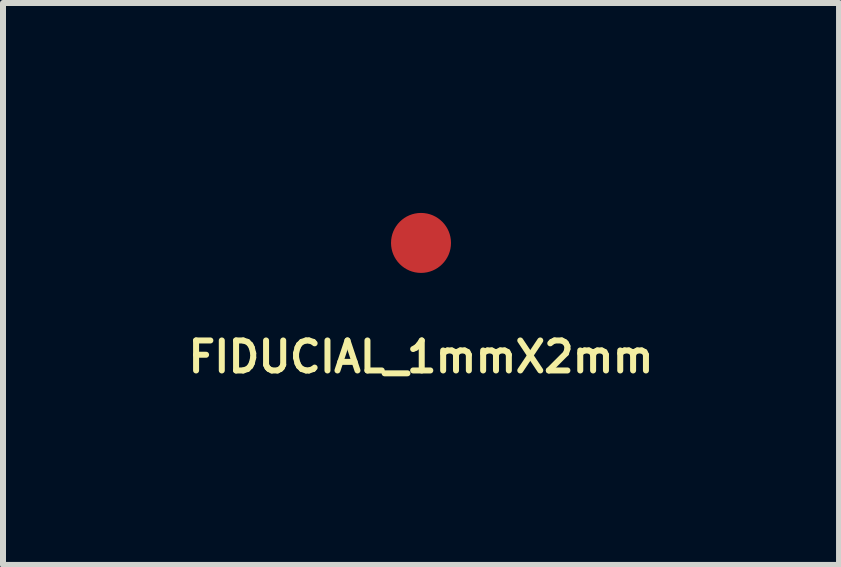
<source format=kicad_pcb>
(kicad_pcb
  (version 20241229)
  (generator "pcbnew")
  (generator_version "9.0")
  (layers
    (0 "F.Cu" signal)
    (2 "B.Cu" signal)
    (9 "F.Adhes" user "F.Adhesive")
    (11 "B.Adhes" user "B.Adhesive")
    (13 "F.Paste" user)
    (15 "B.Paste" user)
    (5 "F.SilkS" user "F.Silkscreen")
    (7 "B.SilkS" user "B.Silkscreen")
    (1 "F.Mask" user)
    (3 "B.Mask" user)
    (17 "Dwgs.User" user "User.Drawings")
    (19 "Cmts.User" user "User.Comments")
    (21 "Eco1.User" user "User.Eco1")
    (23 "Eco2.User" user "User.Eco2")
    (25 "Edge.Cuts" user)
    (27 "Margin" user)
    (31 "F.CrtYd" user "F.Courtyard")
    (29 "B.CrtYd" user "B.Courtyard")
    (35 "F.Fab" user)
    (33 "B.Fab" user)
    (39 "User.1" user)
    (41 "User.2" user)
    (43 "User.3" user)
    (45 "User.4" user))
  (footprint "FIDUCIAL_1mmX2mm"
    (layer "F.Cu")
    (at 3.969 1)
    (property "Reference" "FIDUCIAL_1mmX2mm" (at 0 1.9 0) (layer "F.SilkS") (effects (font (size 0.5 0.5) (thickness 0.1))))
    (attr exclude_from_pos_files exclude_from_bom)
    (fp_circle (center 0 0) (end 0.5 0) (stroke (width 1) (type solid)) (fill no) (layer "F.Mask"))
    (pad "~" smd circle (at 0 0) (size 1 1) (layers "F.Cu" "B.Paste")))
  (gr_rect
    (start -3 -3)
    (end 10.938 6.368)
    (stroke (width 0.1) (type default))
    (fill no)
    (layer "Edge.Cuts")))
</source>
